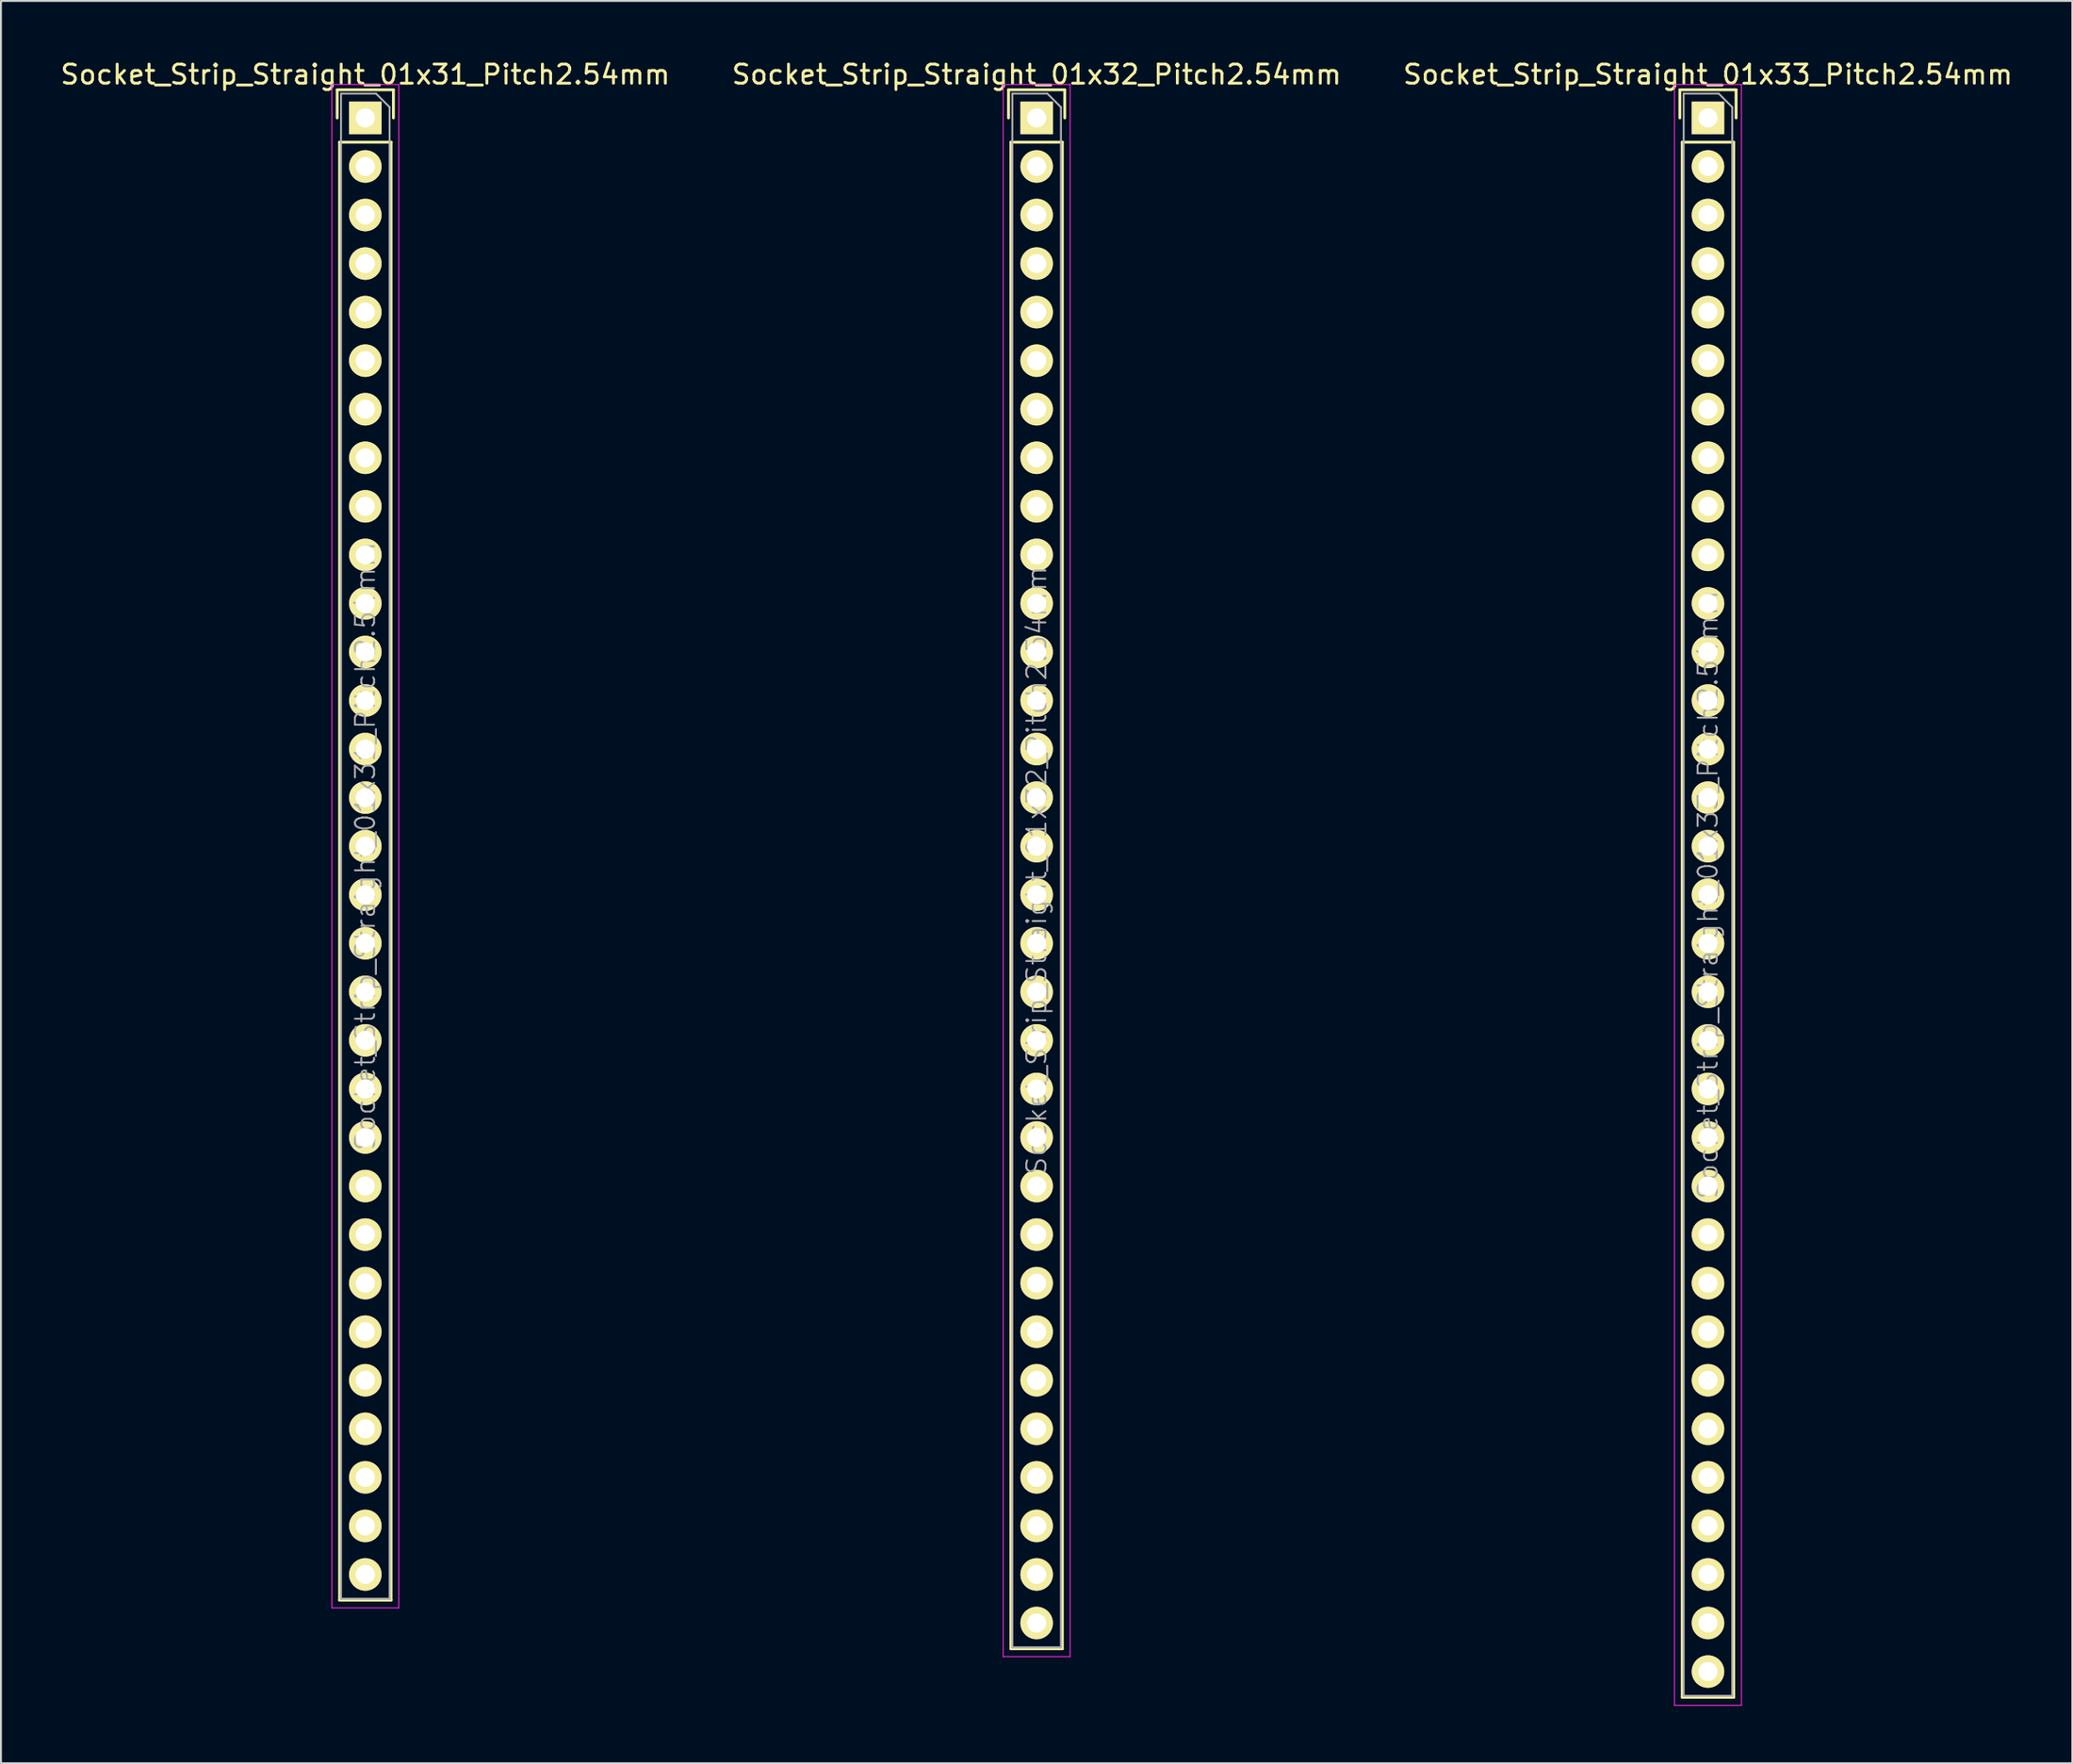
<source format=kicad_pcb>
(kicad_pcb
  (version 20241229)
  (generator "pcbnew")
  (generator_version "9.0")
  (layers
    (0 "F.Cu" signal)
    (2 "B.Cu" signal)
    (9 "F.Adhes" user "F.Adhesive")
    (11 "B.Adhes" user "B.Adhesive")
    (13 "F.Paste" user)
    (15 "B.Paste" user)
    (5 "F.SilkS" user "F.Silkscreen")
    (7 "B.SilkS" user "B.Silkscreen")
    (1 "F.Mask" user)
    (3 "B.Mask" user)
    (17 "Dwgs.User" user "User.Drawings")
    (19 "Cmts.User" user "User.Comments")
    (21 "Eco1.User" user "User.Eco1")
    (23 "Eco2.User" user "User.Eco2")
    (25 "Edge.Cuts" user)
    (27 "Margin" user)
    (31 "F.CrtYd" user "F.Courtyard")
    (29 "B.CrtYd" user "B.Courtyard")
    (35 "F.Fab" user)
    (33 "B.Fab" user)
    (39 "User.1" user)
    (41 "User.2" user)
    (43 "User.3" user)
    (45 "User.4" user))
  (footprint "Socket_Strip_Straight_01x32_Pitch2.54mm"
    (layer "F.Cu")
    (at 51.161 3.118)
    (property "Reference" "Socket_Strip_Straight_01x32_Pitch2.54mm" (at 0 -2.27 0) (layer "F.SilkS") (effects (font (size 1 1) (thickness 0.15))))
    (attr smd)
    (fp_line (start -1.47 -1.47) (end -1.47 0) (stroke (width 0.15) (type solid)) (layer "F.SilkS"))
    (fp_line (start -1.47 -1.47) (end 1.47 -1.47) (stroke (width 0.15) (type solid)) (layer "F.SilkS"))
    (fp_line (start -1.345 1.27) (end -1.345 80.085) (stroke (width 0.15) (type solid)) (layer "F.SilkS"))
    (fp_line (start -1.345 1.27) (end 1.345 1.27) (stroke (width 0.15) (type solid)) (layer "F.SilkS"))
    (fp_line (start -1.345 80.085) (end 1.345 80.085) (stroke (width 0.15) (type solid)) (layer "F.SilkS"))
    (fp_line (start 1.345 1.27) (end 1.345 80.085) (stroke (width 0.15) (type solid)) (layer "F.SilkS"))
    (fp_line (start 1.47 -1.47) (end 1.47 0) (stroke (width 0.15) (type solid)) (layer "F.SilkS"))
    (fp_line (start -1.75 -1.75) (end -1.75 80.5) (stroke (width 0.05) (type solid)) (layer "F.CrtYd"))
    (fp_line (start 1.75 -1.75) (end -1.75 -1.75) (stroke (width 0.05) (type solid)) (layer "F.CrtYd"))
    (fp_line (start 1.75 -1.75) (end 1.75 80.5) (stroke (width 0.05) (type solid)) (layer "F.CrtYd"))
    (fp_line (start 1.75 80.5) (end -1.75 80.5) (stroke (width 0.05) (type solid)) (layer "F.CrtYd"))
    (fp_line (start -1.27 -1.27) (end 0.563 -1.27) (stroke (width 0.1) (type solid)) (layer "F.Fab"))
    (fp_line (start -1.27 80.01) (end -1.27 -1.27) (stroke (width 0.1) (type solid)) (layer "F.Fab"))
    (fp_line (start -1.27 80.01) (end 1.27 80.01) (stroke (width 0.1) (type solid)) (layer "F.Fab"))
    (fp_line (start 1.27 -0.563) (end 0.563 -1.27) (stroke (width 0.1) (type solid)) (layer "F.Fab"))
    (fp_line (start 1.27 80.01) (end 1.27 -0.563) (stroke (width 0.1) (type solid)) (layer "F.Fab"))
    (fp_text user "${REFERENCE}" (at 0 39.37 90) (layer "F.Fab") (effects (font (size 1 1) (thickness 0.1))))
    (pad "1" thru_hole rect (at 0 0) (size 1.7 1.7) (drill 1) (layers "*.Cu" "*.Mask" "F.SilkS"))
    (pad "2" thru_hole oval (at 0 2.54) (size 1.7 1.7) (drill 1) (layers "*.Cu" "*.Mask" "F.SilkS"))
    (pad "3" thru_hole oval (at 0 5.08) (size 1.7 1.7) (drill 1) (layers "*.Cu" "*.Mask" "F.SilkS"))
    (pad "4" thru_hole oval (at 0 7.62) (size 1.7 1.7) (drill 1) (layers "*.Cu" "*.Mask" "F.SilkS"))
    (pad "5" thru_hole oval (at 0 10.16) (size 1.7 1.7) (drill 1) (layers "*.Cu" "*.Mask" "F.SilkS"))
    (pad "6" thru_hole oval (at 0 12.7) (size 1.7 1.7) (drill 1) (layers "*.Cu" "*.Mask" "F.SilkS"))
    (pad "7" thru_hole oval (at 0 15.24) (size 1.7 1.7) (drill 1) (layers "*.Cu" "*.Mask" "F.SilkS"))
    (pad "8" thru_hole oval (at 0 17.78) (size 1.7 1.7) (drill 1) (layers "*.Cu" "*.Mask" "F.SilkS"))
    (pad "9" thru_hole oval (at 0 20.32) (size 1.7 1.7) (drill 1) (layers "*.Cu" "*.Mask" "F.SilkS"))
    (pad "10" thru_hole oval (at 0 22.86) (size 1.7 1.7) (drill 1) (layers "*.Cu" "*.Mask" "F.SilkS"))
    (pad "11" thru_hole oval (at 0 25.4) (size 1.7 1.7) (drill 1) (layers "*.Cu" "*.Mask" "F.SilkS"))
    (pad "12" thru_hole oval (at 0 27.94) (size 1.7 1.7) (drill 1) (layers "*.Cu" "*.Mask" "F.SilkS"))
    (pad "13" thru_hole oval (at 0 30.48) (size 1.7 1.7) (drill 1) (layers "*.Cu" "*.Mask" "F.SilkS"))
    (pad "14" thru_hole oval (at 0 33.02) (size 1.7 1.7) (drill 1) (layers "*.Cu" "*.Mask" "F.SilkS"))
    (pad "15" thru_hole oval (at 0 35.56) (size 1.7 1.7) (drill 1) (layers "*.Cu" "*.Mask" "F.SilkS"))
    (pad "16" thru_hole oval (at 0 38.1) (size 1.7 1.7) (drill 1) (layers "*.Cu" "*.Mask" "F.SilkS"))
    (pad "17" thru_hole oval (at 0 40.64) (size 1.7 1.7) (drill 1) (layers "*.Cu" "*.Mask" "F.SilkS"))
    (pad "18" thru_hole oval (at 0 43.18) (size 1.7 1.7) (drill 1) (layers "*.Cu" "*.Mask" "F.SilkS"))
    (pad "19" thru_hole oval (at 0 45.72) (size 1.7 1.7) (drill 1) (layers "*.Cu" "*.Mask" "F.SilkS"))
    (pad "20" thru_hole oval (at 0 48.26) (size 1.7 1.7) (drill 1) (layers "*.Cu" "*.Mask" "F.SilkS"))
    (pad "21" thru_hole oval (at 0 50.8) (size 1.7 1.7) (drill 1) (layers "*.Cu" "*.Mask" "F.SilkS"))
    (pad "22" thru_hole oval (at 0 53.34) (size 1.7 1.7) (drill 1) (layers "*.Cu" "*.Mask" "F.SilkS"))
    (pad "23" thru_hole oval (at 0 55.88) (size 1.7 1.7) (drill 1) (layers "*.Cu" "*.Mask" "F.SilkS"))
    (pad "24" thru_hole oval (at 0 58.42) (size 1.7 1.7) (drill 1) (layers "*.Cu" "*.Mask" "F.SilkS"))
    (pad "25" thru_hole oval (at 0 60.96) (size 1.7 1.7) (drill 1) (layers "*.Cu" "*.Mask" "F.SilkS"))
    (pad "26" thru_hole oval (at 0 63.5) (size 1.7 1.7) (drill 1) (layers "*.Cu" "*.Mask" "F.SilkS"))
    (pad "27" thru_hole oval (at 0 66.04) (size 1.7 1.7) (drill 1) (layers "*.Cu" "*.Mask" "F.SilkS"))
    (pad "28" thru_hole oval (at 0 68.58) (size 1.7 1.7) (drill 1) (layers "*.Cu" "*.Mask" "F.SilkS"))
    (pad "29" thru_hole oval (at 0 71.12) (size 1.7 1.7) (drill 1) (layers "*.Cu" "*.Mask" "F.SilkS"))
    (pad "30" thru_hole oval (at 0 73.66) (size 1.7 1.7) (drill 1) (layers "*.Cu" "*.Mask" "F.SilkS"))
    (pad "31" thru_hole oval (at 0 76.2) (size 1.7 1.7) (drill 1) (layers "*.Cu" "*.Mask" "F.SilkS"))
    (pad "32" thru_hole oval (at 0 78.74) (size 1.7 1.7) (drill 1) (layers "*.Cu" "*.Mask" "F.SilkS")))
  (footprint "Socket_Strip_Straight_01x33_Pitch2.54mm"
    (layer "F.Cu")
    (at 86.268 3.118)
    (property "Reference" "Socket_Strip_Straight_01x33_Pitch2.54mm" (at 0 -2.27 0) (layer "F.SilkS") (effects (font (size 1 1) (thickness 0.15))))
    (attr smd)
    (fp_line (start -1.47 -1.47) (end -1.47 0) (stroke (width 0.15) (type solid)) (layer "F.SilkS"))
    (fp_line (start -1.47 -1.47) (end 1.47 -1.47) (stroke (width 0.15) (type solid)) (layer "F.SilkS"))
    (fp_line (start -1.345 1.27) (end -1.345 82.625) (stroke (width 0.15) (type solid)) (layer "F.SilkS"))
    (fp_line (start -1.345 1.27) (end 1.345 1.27) (stroke (width 0.15) (type solid)) (layer "F.SilkS"))
    (fp_line (start -1.345 82.625) (end 1.345 82.625) (stroke (width 0.15) (type solid)) (layer "F.SilkS"))
    (fp_line (start 1.345 1.27) (end 1.345 82.625) (stroke (width 0.15) (type solid)) (layer "F.SilkS"))
    (fp_line (start 1.47 -1.47) (end 1.47 0) (stroke (width 0.15) (type solid)) (layer "F.SilkS"))
    (fp_line (start -1.75 -1.75) (end -1.75 83.05) (stroke (width 0.05) (type solid)) (layer "F.CrtYd"))
    (fp_line (start 1.75 -1.75) (end -1.75 -1.75) (stroke (width 0.05) (type solid)) (layer "F.CrtYd"))
    (fp_line (start 1.75 -1.75) (end 1.75 83.05) (stroke (width 0.05) (type solid)) (layer "F.CrtYd"))
    (fp_line (start 1.75 83.05) (end -1.75 83.05) (stroke (width 0.05) (type solid)) (layer "F.CrtYd"))
    (fp_line (start -1.27 -1.27) (end 0.563 -1.27) (stroke (width 0.1) (type solid)) (layer "F.Fab"))
    (fp_line (start -1.27 82.55) (end -1.27 -1.27) (stroke (width 0.1) (type solid)) (layer "F.Fab"))
    (fp_line (start -1.27 82.55) (end 1.27 82.55) (stroke (width 0.1) (type solid)) (layer "F.Fab"))
    (fp_line (start 1.27 -0.563) (end 0.563 -1.27) (stroke (width 0.1) (type solid)) (layer "F.Fab"))
    (fp_line (start 1.27 82.55) (end 1.27 -0.563) (stroke (width 0.1) (type solid)) (layer "F.Fab"))
    (fp_text user "${REFERENCE}" (at 0 40.64 90) (layer "F.Fab") (effects (font (size 1 1) (thickness 0.1))))
    (pad "1" thru_hole rect (at 0 0) (size 1.7 1.7) (drill 1) (layers "*.Cu" "*.Mask" "F.SilkS"))
    (pad "2" thru_hole oval (at 0 2.54) (size 1.7 1.7) (drill 1) (layers "*.Cu" "*.Mask" "F.SilkS"))
    (pad "3" thru_hole oval (at 0 5.08) (size 1.7 1.7) (drill 1) (layers "*.Cu" "*.Mask" "F.SilkS"))
    (pad "4" thru_hole oval (at 0 7.62) (size 1.7 1.7) (drill 1) (layers "*.Cu" "*.Mask" "F.SilkS"))
    (pad "5" thru_hole oval (at 0 10.16) (size 1.7 1.7) (drill 1) (layers "*.Cu" "*.Mask" "F.SilkS"))
    (pad "6" thru_hole oval (at 0 12.7) (size 1.7 1.7) (drill 1) (layers "*.Cu" "*.Mask" "F.SilkS"))
    (pad "7" thru_hole oval (at 0 15.24) (size 1.7 1.7) (drill 1) (layers "*.Cu" "*.Mask" "F.SilkS"))
    (pad "8" thru_hole oval (at 0 17.78) (size 1.7 1.7) (drill 1) (layers "*.Cu" "*.Mask" "F.SilkS"))
    (pad "9" thru_hole oval (at 0 20.32) (size 1.7 1.7) (drill 1) (layers "*.Cu" "*.Mask" "F.SilkS"))
    (pad "10" thru_hole oval (at 0 22.86) (size 1.7 1.7) (drill 1) (layers "*.Cu" "*.Mask" "F.SilkS"))
    (pad "11" thru_hole oval (at 0 25.4) (size 1.7 1.7) (drill 1) (layers "*.Cu" "*.Mask" "F.SilkS"))
    (pad "12" thru_hole oval (at 0 27.94) (size 1.7 1.7) (drill 1) (layers "*.Cu" "*.Mask" "F.SilkS"))
    (pad "13" thru_hole oval (at 0 30.48) (size 1.7 1.7) (drill 1) (layers "*.Cu" "*.Mask" "F.SilkS"))
    (pad "14" thru_hole oval (at 0 33.02) (size 1.7 1.7) (drill 1) (layers "*.Cu" "*.Mask" "F.SilkS"))
    (pad "15" thru_hole oval (at 0 35.56) (size 1.7 1.7) (drill 1) (layers "*.Cu" "*.Mask" "F.SilkS"))
    (pad "16" thru_hole oval (at 0 38.1) (size 1.7 1.7) (drill 1) (layers "*.Cu" "*.Mask" "F.SilkS"))
    (pad "17" thru_hole oval (at 0 40.64) (size 1.7 1.7) (drill 1) (layers "*.Cu" "*.Mask" "F.SilkS"))
    (pad "18" thru_hole oval (at 0 43.18) (size 1.7 1.7) (drill 1) (layers "*.Cu" "*.Mask" "F.SilkS"))
    (pad "19" thru_hole oval (at 0 45.72) (size 1.7 1.7) (drill 1) (layers "*.Cu" "*.Mask" "F.SilkS"))
    (pad "20" thru_hole oval (at 0 48.26) (size 1.7 1.7) (drill 1) (layers "*.Cu" "*.Mask" "F.SilkS"))
    (pad "21" thru_hole oval (at 0 50.8) (size 1.7 1.7) (drill 1) (layers "*.Cu" "*.Mask" "F.SilkS"))
    (pad "22" thru_hole oval (at 0 53.34) (size 1.7 1.7) (drill 1) (layers "*.Cu" "*.Mask" "F.SilkS"))
    (pad "23" thru_hole oval (at 0 55.88) (size 1.7 1.7) (drill 1) (layers "*.Cu" "*.Mask" "F.SilkS"))
    (pad "24" thru_hole oval (at 0 58.42) (size 1.7 1.7) (drill 1) (layers "*.Cu" "*.Mask" "F.SilkS"))
    (pad "25" thru_hole oval (at 0 60.96) (size 1.7 1.7) (drill 1) (layers "*.Cu" "*.Mask" "F.SilkS"))
    (pad "26" thru_hole oval (at 0 63.5) (size 1.7 1.7) (drill 1) (layers "*.Cu" "*.Mask" "F.SilkS"))
    (pad "27" thru_hole oval (at 0 66.04) (size 1.7 1.7) (drill 1) (layers "*.Cu" "*.Mask" "F.SilkS"))
    (pad "28" thru_hole oval (at 0 68.58) (size 1.7 1.7) (drill 1) (layers "*.Cu" "*.Mask" "F.SilkS"))
    (pad "29" thru_hole oval (at 0 71.12) (size 1.7 1.7) (drill 1) (layers "*.Cu" "*.Mask" "F.SilkS"))
    (pad "30" thru_hole oval (at 0 73.66) (size 1.7 1.7) (drill 1) (layers "*.Cu" "*.Mask" "F.SilkS"))
    (pad "31" thru_hole oval (at 0 76.2) (size 1.7 1.7) (drill 1) (layers "*.Cu" "*.Mask" "F.SilkS"))
    (pad "32" thru_hole oval (at 0 78.74) (size 1.7 1.7) (drill 1) (layers "*.Cu" "*.Mask" "F.SilkS"))
    (pad "33" thru_hole oval (at 0 81.28) (size 1.7 1.7) (drill 1) (layers "*.Cu" "*.Mask" "F.SilkS")))
  (footprint "Socket_Strip_Straight_01x31_Pitch2.54mm"
    (layer "F.Cu")
    (at 16.054 3.118)
    (property "Reference" "Socket_Strip_Straight_01x31_Pitch2.54mm" (at 0 -2.27 0) (layer "F.SilkS") (effects (font (size 1 1) (thickness 0.15))))
    (attr smd)
    (fp_line (start -1.47 -1.47) (end -1.47 0) (stroke (width 0.15) (type solid)) (layer "F.SilkS"))
    (fp_line (start -1.47 -1.47) (end 1.47 -1.47) (stroke (width 0.15) (type solid)) (layer "F.SilkS"))
    (fp_line (start -1.345 1.27) (end -1.345 77.545) (stroke (width 0.15) (type solid)) (layer "F.SilkS"))
    (fp_line (start -1.345 1.27) (end 1.345 1.27) (stroke (width 0.15) (type solid)) (layer "F.SilkS"))
    (fp_line (start -1.345 77.545) (end 1.345 77.545) (stroke (width 0.15) (type solid)) (layer "F.SilkS"))
    (fp_line (start 1.345 1.27) (end 1.345 77.545) (stroke (width 0.15) (type solid)) (layer "F.SilkS"))
    (fp_line (start 1.47 -1.47) (end 1.47 0) (stroke (width 0.15) (type solid)) (layer "F.SilkS"))
    (fp_line (start -1.75 -1.75) (end -1.75 77.95) (stroke (width 0.05) (type solid)) (layer "F.CrtYd"))
    (fp_line (start 1.75 -1.75) (end -1.75 -1.75) (stroke (width 0.05) (type solid)) (layer "F.CrtYd"))
    (fp_line (start 1.75 -1.75) (end 1.75 77.95) (stroke (width 0.05) (type solid)) (layer "F.CrtYd"))
    (fp_line (start 1.75 77.95) (end -1.75 77.95) (stroke (width 0.05) (type solid)) (layer "F.CrtYd"))
    (fp_line (start -1.27 -1.27) (end 0.563 -1.27) (stroke (width 0.1) (type solid)) (layer "F.Fab"))
    (fp_line (start -1.27 77.47) (end -1.27 -1.27) (stroke (width 0.1) (type solid)) (layer "F.Fab"))
    (fp_line (start -1.27 77.47) (end 1.27 77.47) (stroke (width 0.1) (type solid)) (layer "F.Fab"))
    (fp_line (start 1.27 -0.563) (end 0.563 -1.27) (stroke (width 0.1) (type solid)) (layer "F.Fab"))
    (fp_line (start 1.27 77.47) (end 1.27 -0.563) (stroke (width 0.1) (type solid)) (layer "F.Fab"))
    (fp_text user "${REFERENCE}" (at 0 38.1 90) (layer "F.Fab") (effects (font (size 1 1) (thickness 0.1))))
    (pad "1" thru_hole rect (at 0 0) (size 1.7 1.7) (drill 1) (layers "*.Cu" "*.Mask" "F.SilkS"))
    (pad "2" thru_hole oval (at 0 2.54) (size 1.7 1.7) (drill 1) (layers "*.Cu" "*.Mask" "F.SilkS"))
    (pad "3" thru_hole oval (at 0 5.08) (size 1.7 1.7) (drill 1) (layers "*.Cu" "*.Mask" "F.SilkS"))
    (pad "4" thru_hole oval (at 0 7.62) (size 1.7 1.7) (drill 1) (layers "*.Cu" "*.Mask" "F.SilkS"))
    (pad "5" thru_hole oval (at 0 10.16) (size 1.7 1.7) (drill 1) (layers "*.Cu" "*.Mask" "F.SilkS"))
    (pad "6" thru_hole oval (at 0 12.7) (size 1.7 1.7) (drill 1) (layers "*.Cu" "*.Mask" "F.SilkS"))
    (pad "7" thru_hole oval (at 0 15.24) (size 1.7 1.7) (drill 1) (layers "*.Cu" "*.Mask" "F.SilkS"))
    (pad "8" thru_hole oval (at 0 17.78) (size 1.7 1.7) (drill 1) (layers "*.Cu" "*.Mask" "F.SilkS"))
    (pad "9" thru_hole oval (at 0 20.32) (size 1.7 1.7) (drill 1) (layers "*.Cu" "*.Mask" "F.SilkS"))
    (pad "10" thru_hole oval (at 0 22.86) (size 1.7 1.7) (drill 1) (layers "*.Cu" "*.Mask" "F.SilkS"))
    (pad "11" thru_hole oval (at 0 25.4) (size 1.7 1.7) (drill 1) (layers "*.Cu" "*.Mask" "F.SilkS"))
    (pad "12" thru_hole oval (at 0 27.94) (size 1.7 1.7) (drill 1) (layers "*.Cu" "*.Mask" "F.SilkS"))
    (pad "13" thru_hole oval (at 0 30.48) (size 1.7 1.7) (drill 1) (layers "*.Cu" "*.Mask" "F.SilkS"))
    (pad "14" thru_hole oval (at 0 33.02) (size 1.7 1.7) (drill 1) (layers "*.Cu" "*.Mask" "F.SilkS"))
    (pad "15" thru_hole oval (at 0 35.56) (size 1.7 1.7) (drill 1) (layers "*.Cu" "*.Mask" "F.SilkS"))
    (pad "16" thru_hole oval (at 0 38.1) (size 1.7 1.7) (drill 1) (layers "*.Cu" "*.Mask" "F.SilkS"))
    (pad "17" thru_hole oval (at 0 40.64) (size 1.7 1.7) (drill 1) (layers "*.Cu" "*.Mask" "F.SilkS"))
    (pad "18" thru_hole oval (at 0 43.18) (size 1.7 1.7) (drill 1) (layers "*.Cu" "*.Mask" "F.SilkS"))
    (pad "19" thru_hole oval (at 0 45.72) (size 1.7 1.7) (drill 1) (layers "*.Cu" "*.Mask" "F.SilkS"))
    (pad "20" thru_hole oval (at 0 48.26) (size 1.7 1.7) (drill 1) (layers "*.Cu" "*.Mask" "F.SilkS"))
    (pad "21" thru_hole oval (at 0 50.8) (size 1.7 1.7) (drill 1) (layers "*.Cu" "*.Mask" "F.SilkS"))
    (pad "22" thru_hole oval (at 0 53.34) (size 1.7 1.7) (drill 1) (layers "*.Cu" "*.Mask" "F.SilkS"))
    (pad "23" thru_hole oval (at 0 55.88) (size 1.7 1.7) (drill 1) (layers "*.Cu" "*.Mask" "F.SilkS"))
    (pad "24" thru_hole oval (at 0 58.42) (size 1.7 1.7) (drill 1) (layers "*.Cu" "*.Mask" "F.SilkS"))
    (pad "25" thru_hole oval (at 0 60.96) (size 1.7 1.7) (drill 1) (layers "*.Cu" "*.Mask" "F.SilkS"))
    (pad "26" thru_hole oval (at 0 63.5) (size 1.7 1.7) (drill 1) (layers "*.Cu" "*.Mask" "F.SilkS"))
    (pad "27" thru_hole oval (at 0 66.04) (size 1.7 1.7) (drill 1) (layers "*.Cu" "*.Mask" "F.SilkS"))
    (pad "28" thru_hole oval (at 0 68.58) (size 1.7 1.7) (drill 1) (layers "*.Cu" "*.Mask" "F.SilkS"))
    (pad "29" thru_hole oval (at 0 71.12) (size 1.7 1.7) (drill 1) (layers "*.Cu" "*.Mask" "F.SilkS"))
    (pad "30" thru_hole oval (at 0 73.66) (size 1.7 1.7) (drill 1) (layers "*.Cu" "*.Mask" "F.SilkS"))
    (pad "31" thru_hole oval (at 0 76.2) (size 1.7 1.7) (drill 1) (layers "*.Cu" "*.Mask" "F.SilkS")))
  (gr_rect
    (start -3 -3)
    (end 105.321 89.193)
    (stroke (width 0.1) (type default))
    (fill no)
    (layer "Edge.Cuts")))
</source>
